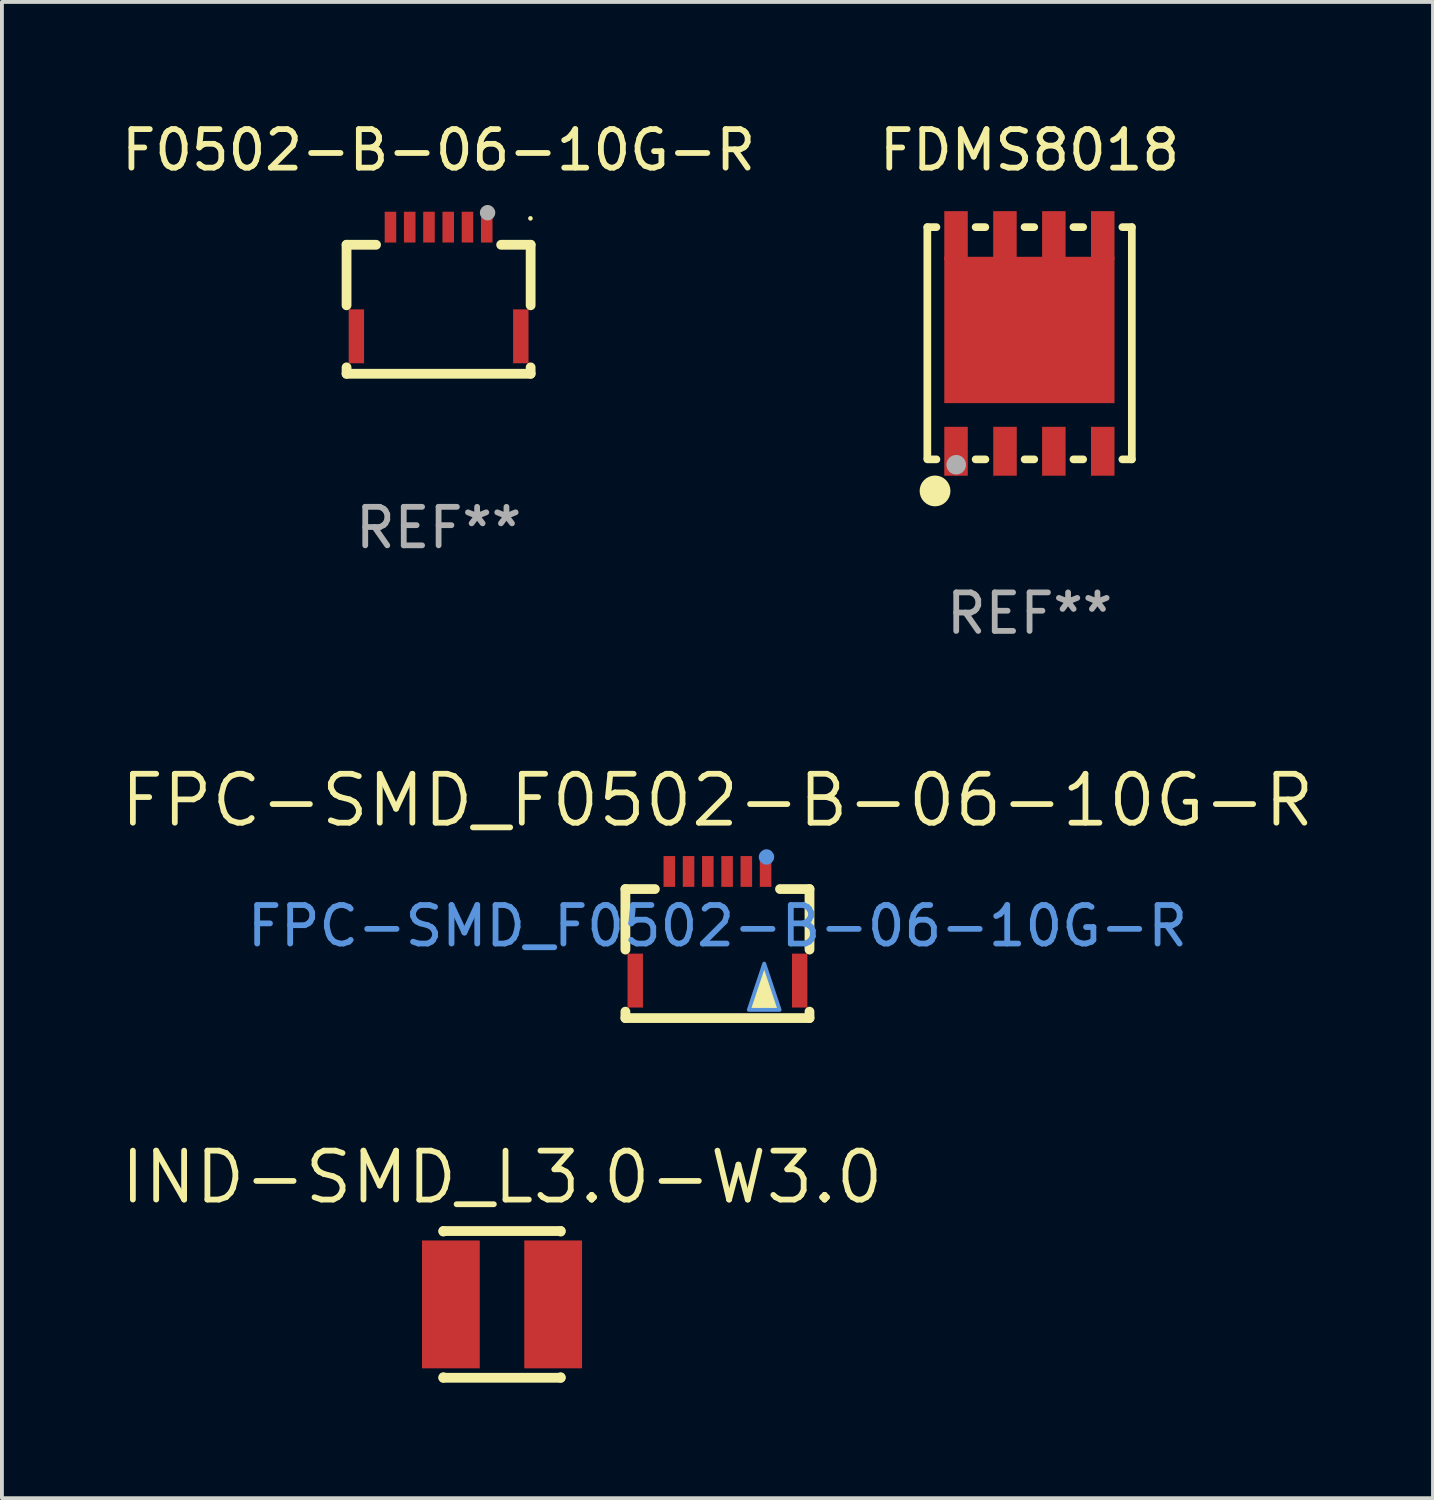
<source format=kicad_pcb>
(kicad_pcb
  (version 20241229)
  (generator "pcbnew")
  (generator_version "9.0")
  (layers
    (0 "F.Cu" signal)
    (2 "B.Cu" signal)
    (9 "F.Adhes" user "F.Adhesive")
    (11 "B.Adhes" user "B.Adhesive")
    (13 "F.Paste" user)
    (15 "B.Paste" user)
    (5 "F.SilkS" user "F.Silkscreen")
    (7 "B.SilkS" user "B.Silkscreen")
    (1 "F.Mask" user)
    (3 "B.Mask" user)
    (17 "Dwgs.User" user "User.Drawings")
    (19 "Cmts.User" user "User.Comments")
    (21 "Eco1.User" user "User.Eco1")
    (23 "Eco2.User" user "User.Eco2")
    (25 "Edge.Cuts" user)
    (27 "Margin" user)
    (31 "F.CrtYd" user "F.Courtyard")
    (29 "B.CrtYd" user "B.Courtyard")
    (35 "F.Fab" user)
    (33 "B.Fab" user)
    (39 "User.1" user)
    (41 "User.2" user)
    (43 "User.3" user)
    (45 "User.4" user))
  (footprint "IND-SMD_L3.0-W3.0"
    (layer "F.Cu")
    (at 9.986 30.821)
    (property "Reference" "IND-SMD_L3.0-W3.0" (at 0 -3.302 0) (layer "F.SilkS") (effects (font (size 1.27 1.27) (thickness 0.15))))
    (attr smd)
    (fp_line (start -1.524 -1.905) (end 1.524 -1.905) (stroke (width 0.254) (type solid)) (layer "F.SilkS"))
    (fp_line (start -1.524 -1.891) (end -1.524 -1.905) (stroke (width 0.254) (type solid)) (layer "F.SilkS"))
    (fp_line (start -1.524 1.905) (end -1.524 1.891) (stroke (width 0.254) (type solid)) (layer "F.SilkS"))
    (fp_line (start -1.524 1.905) (end 1.524 1.905) (stroke (width 0.254) (type solid)) (layer "F.SilkS"))
    (fp_line (start 1.524 -1.905) (end 1.524 -1.891) (stroke (width 0.254) (type solid)) (layer "F.SilkS"))
    (fp_line (start 1.524 1.891) (end 1.524 1.905) (stroke (width 0.254) (type solid)) (layer "F.SilkS"))
    (fp_text user "" (at 0 0 0) (layer "Cmts.User") (effects (font (size 1 1) (thickness 0.15))))
    (pad "1" smd rect (at 1.328 0) (size 1.5 3.32) (layers "F.Cu" "F.Mask" "F.Paste"))
    (pad "2" smd rect (at -1.328 0) (size 1.5 3.32) (layers "F.Cu" "F.Mask" "F.Paste")))
  (footprint "F0502-B-06-10G-R"
    (layer "F.Cu")
    (at 8.339 4.752)
    (property "Reference" "F0502-B-06-10G-R" (at 0 -3.904 0) (layer "F.SilkS") (effects (font (size 1 1) (thickness 0.15))))
    (attr through_hole)
    (fp_line (start -2.39 -1.446) (end -2.39 0.126) (stroke (width 0.254) (type solid)) (layer "F.SilkS"))
    (fp_line (start -2.39 1.904) (end -2.39 1.737) (stroke (width 0.254) (type solid)) (layer "F.SilkS"))
    (fp_line (start -1.624 -1.446) (end -2.39 -1.446) (stroke (width 0.254) (type solid)) (layer "F.SilkS"))
    (fp_line (start 2.39 -1.446) (end 1.624 -1.446) (stroke (width 0.254) (type solid)) (layer "F.SilkS"))
    (fp_line (start 2.39 -1.446) (end 2.39 0.126) (stroke (width 0.254) (type solid)) (layer "F.SilkS"))
    (fp_line (start 2.39 1.737) (end 2.39 1.904) (stroke (width 0.254) (type solid)) (layer "F.SilkS"))
    (fp_line (start 2.39 1.904) (end -2.39 1.904) (stroke (width 0.254) (type solid)) (layer "F.SilkS"))
    (fp_circle (center 2.385 -2.132) (end 2.415 -2.132) (stroke (width 0.06) (type solid)) (fill no) (layer "F.SilkS"))
    (fp_circle (center 1.272 -2.279) (end 1.372 -2.279) (stroke (width 0.2) (type solid)) (fill no) (layer "F.Fab"))
    (fp_text user "REF**" (at 0 5.904 0) (layer "F.Fab") (effects (font (size 1 1) (thickness 0.15))))
    (pad "1" smd rect (at 1.25 -1.904) (size 0.3 0.8) (layers "F.Cu" "F.Mask" "F.Paste"))
    (pad "2" smd rect (at 0.75 -1.904) (size 0.3 0.8) (layers "F.Cu" "F.Mask" "F.Paste"))
    (pad "3" smd rect (at 0.25 -1.904) (size 0.3 0.8) (layers "F.Cu" "F.Mask" "F.Paste"))
    (pad "4" smd rect (at -0.25 -1.904) (size 0.3 0.8) (layers "F.Cu" "F.Mask" "F.Paste"))
    (pad "5" smd rect (at -0.75 -1.904) (size 0.3 0.8) (layers "F.Cu" "F.Mask" "F.Paste"))
    (pad "6" smd rect (at -1.25 -1.904) (size 0.3 0.8) (layers "F.Cu" "F.Mask" "F.Paste"))
    (pad "7" smd rect (at -2.135 0.931) (size 0.4 1.4) (layers "F.Cu" "F.Mask" "F.Paste"))
    (pad "8" smd rect (at 2.135 0.931) (size 0.4 1.4) (layers "F.Cu" "F.Mask" "F.Paste")))
  (footprint "FPC-SMD_F0502-B-06-10G-R"
    (layer "F.Cu")
    (at 15.58 21.504)
    (property "Reference" "FPC-SMD_F0502-B-06-10G-R" (at 0 -3.771 0) (layer "F.SilkS") (effects (font (size 1.27 1.27) (thickness 0.15))))
    (attr smd)
    (fp_line (start -2.39 -1.468) (end -2.39 0.104) (stroke (width 0.254) (type solid)) (layer "F.SilkS"))
    (fp_line (start -2.39 1.882) (end -2.39 1.715) (stroke (width 0.254) (type solid)) (layer "F.SilkS"))
    (fp_line (start -1.624 -1.468) (end -2.39 -1.468) (stroke (width 0.254) (type solid)) (layer "F.SilkS"))
    (fp_line (start 2.39 -1.468) (end 1.624 -1.468) (stroke (width 0.254) (type solid)) (layer "F.SilkS"))
    (fp_line (start 2.39 -1.468) (end 2.39 0.104) (stroke (width 0.254) (type solid)) (layer "F.SilkS"))
    (fp_line (start 2.39 1.715) (end 2.39 1.882) (stroke (width 0.254) (type solid)) (layer "F.SilkS"))
    (fp_line (start 2.39 1.882) (end -2.39 1.882) (stroke (width 0.254) (type solid)) (layer "F.SilkS"))
    (fp_poly (pts (xy 0.8 1.662) (xy 1.6 1.662) (xy 1.2 0.462)) (stroke (width 0) (type solid)) (fill yes) (layer "F.SilkS"))
    (fp_circle (center 1.273 -2.301) (end 1.373 -2.301) (stroke (width 0.2) (type solid)) (fill no) (layer "Cmts.User"))
    (fp_poly (pts (xy 0.814 1.669) (xy 1.614 1.669) (xy 1.214 0.469)) (stroke (width 0.1) (type solid)) (fill no) (layer "Cmts.User"))
    (fp_text user "${REFERENCE}" (at 0 -0.508 0) (layer "Cmts.User") (effects (font (size 1 1) (thickness 0.15))))
    (pad "1" smd rect (at 1.25 -1.925) (size 0.3 0.8) (layers "F.Cu" "F.Mask" "F.Paste"))
    (pad "2" smd rect (at 0.75 -1.925) (size 0.3 0.8) (layers "F.Cu" "F.Mask" "F.Paste"))
    (pad "3" smd rect (at 0.25 -1.925) (size 0.3 0.8) (layers "F.Cu" "F.Mask" "F.Paste"))
    (pad "4" smd rect (at -0.25 -1.925) (size 0.3 0.8) (layers "F.Cu" "F.Mask" "F.Paste"))
    (pad "5" smd rect (at -0.75 -1.925) (size 0.3 0.8) (layers "F.Cu" "F.Mask" "F.Paste"))
    (pad "6" smd rect (at -1.25 -1.925) (size 0.3 0.8) (layers "F.Cu" "F.Mask" "F.Paste"))
    (pad "7" smd rect (at -2.135 0.909) (size 0.4 1.4) (layers "F.Cu" "F.Mask" "F.Paste"))
    (pad "8" smd rect (at 2.135 0.909) (size 0.4 1.4) (layers "F.Cu" "F.Mask" "F.Paste")))
  (footprint "FDMS8018"
    (layer "F.Cu")
    (at 23.685 5.863)
    (property "Reference" "FDMS8018" (at 0 -5.015 0) (layer "F.SilkS") (effects (font (size 1 1) (thickness 0.15))))
    (attr through_hole)
    (fp_line (start -2.655 -3.015) (end -2.419 -3.015) (stroke (width 0.2) (type solid)) (layer "F.SilkS"))
    (fp_line (start -2.655 2.985) (end -2.655 -3.015) (stroke (width 0.2) (type solid)) (layer "F.SilkS"))
    (fp_line (start -2.419 3.015) (end -2.655 3.015) (stroke (width 0.2) (type solid)) (layer "F.SilkS"))
    (fp_line (start -1.401 -3.015) (end -1.149 -3.015) (stroke (width 0.2) (type solid)) (layer "F.SilkS"))
    (fp_line (start -1.147 3.015) (end -1.401 3.015) (stroke (width 0.2) (type solid)) (layer "F.SilkS"))
    (fp_line (start -0.131 -3.015) (end 0.121 -3.015) (stroke (width 0.2) (type solid)) (layer "F.SilkS"))
    (fp_line (start 0.121 3.015) (end -0.129 3.015) (stroke (width 0.2) (type solid)) (layer "F.SilkS"))
    (fp_line (start 1.139 -3.015) (end 1.391 -3.015) (stroke (width 0.2) (type solid)) (layer "F.SilkS"))
    (fp_line (start 1.391 3.015) (end 1.139 3.015) (stroke (width 0.2) (type solid)) (layer "F.SilkS"))
    (fp_line (start 2.409 -3.015) (end 2.655 -3.015) (stroke (width 0.2) (type solid)) (layer "F.SilkS"))
    (fp_line (start 2.655 -3.015) (end 2.655 3.015) (stroke (width 0.2) (type solid)) (layer "F.SilkS"))
    (fp_line (start 2.655 3.015) (end 2.409 3.015) (stroke (width 0.2) (type solid)) (layer "F.SilkS"))
    (fp_circle (center -2.505 3.005) (end -2.475 3.005) (stroke (width 0.06) (type solid)) (fill no) (layer "F.SilkS"))
    (fp_circle (center -2.455 3.835) (end -2.255 3.835) (stroke (width 0.4) (type solid)) (fill no) (layer "F.SilkS"))
    (fp_circle (center -1.905 3.155) (end -1.778 3.155) (stroke (width 0.254) (type solid)) (fill no) (layer "F.Fab"))
    (fp_text user "REF**" (at 0 7.015 0) (layer "F.Fab") (effects (font (size 1 1) (thickness 0.15))))
    (pad "1" smd rect (at -1.91 2.805) (size 0.61 1.27) (layers "F.Cu" "F.Mask" "F.Paste"))
    (pad "2" smd rect (at -0.638 2.805 180) (size 0.61 1.27) (layers "F.Cu" "F.Mask" "F.Paste"))
    (pad "3" smd rect (at 0.63 2.805) (size 0.61 1.27) (layers "F.Cu" "F.Mask" "F.Paste"))
    (pad "4" smd rect (at 1.9 2.805) (size 0.61 1.27) (layers "F.Cu" "F.Mask" "F.Paste"))
    (pad "5" smd rect (at -1.91 -2.795 180) (size 0.61 1.27) (layers "F.Cu" "F.Mask" "F.Paste"))
    (pad "5" smd rect (at -0.64 -2.795) (size 0.61 1.27) (layers "F.Cu" "F.Mask" "F.Paste"))
    (pad "5" smd rect (at -0.005 -0.345) (size 4.42 3.8) (layers "F.Cu" "F.Mask" "F.Paste"))
    (pad "5" smd rect (at 0.63 -2.795) (size 0.61 1.27) (layers "F.Cu" "F.Mask" "F.Paste"))
    (pad "5" smd rect (at 1.9 -2.795) (size 0.61 1.27) (layers "F.Cu" "F.Mask" "F.Paste")))
  (gr_rect
    (start -3 -3)
    (end 34.16 35.853)
    (stroke (width 0.1) (type default))
    (fill no)
    (layer "Edge.Cuts")))
</source>
